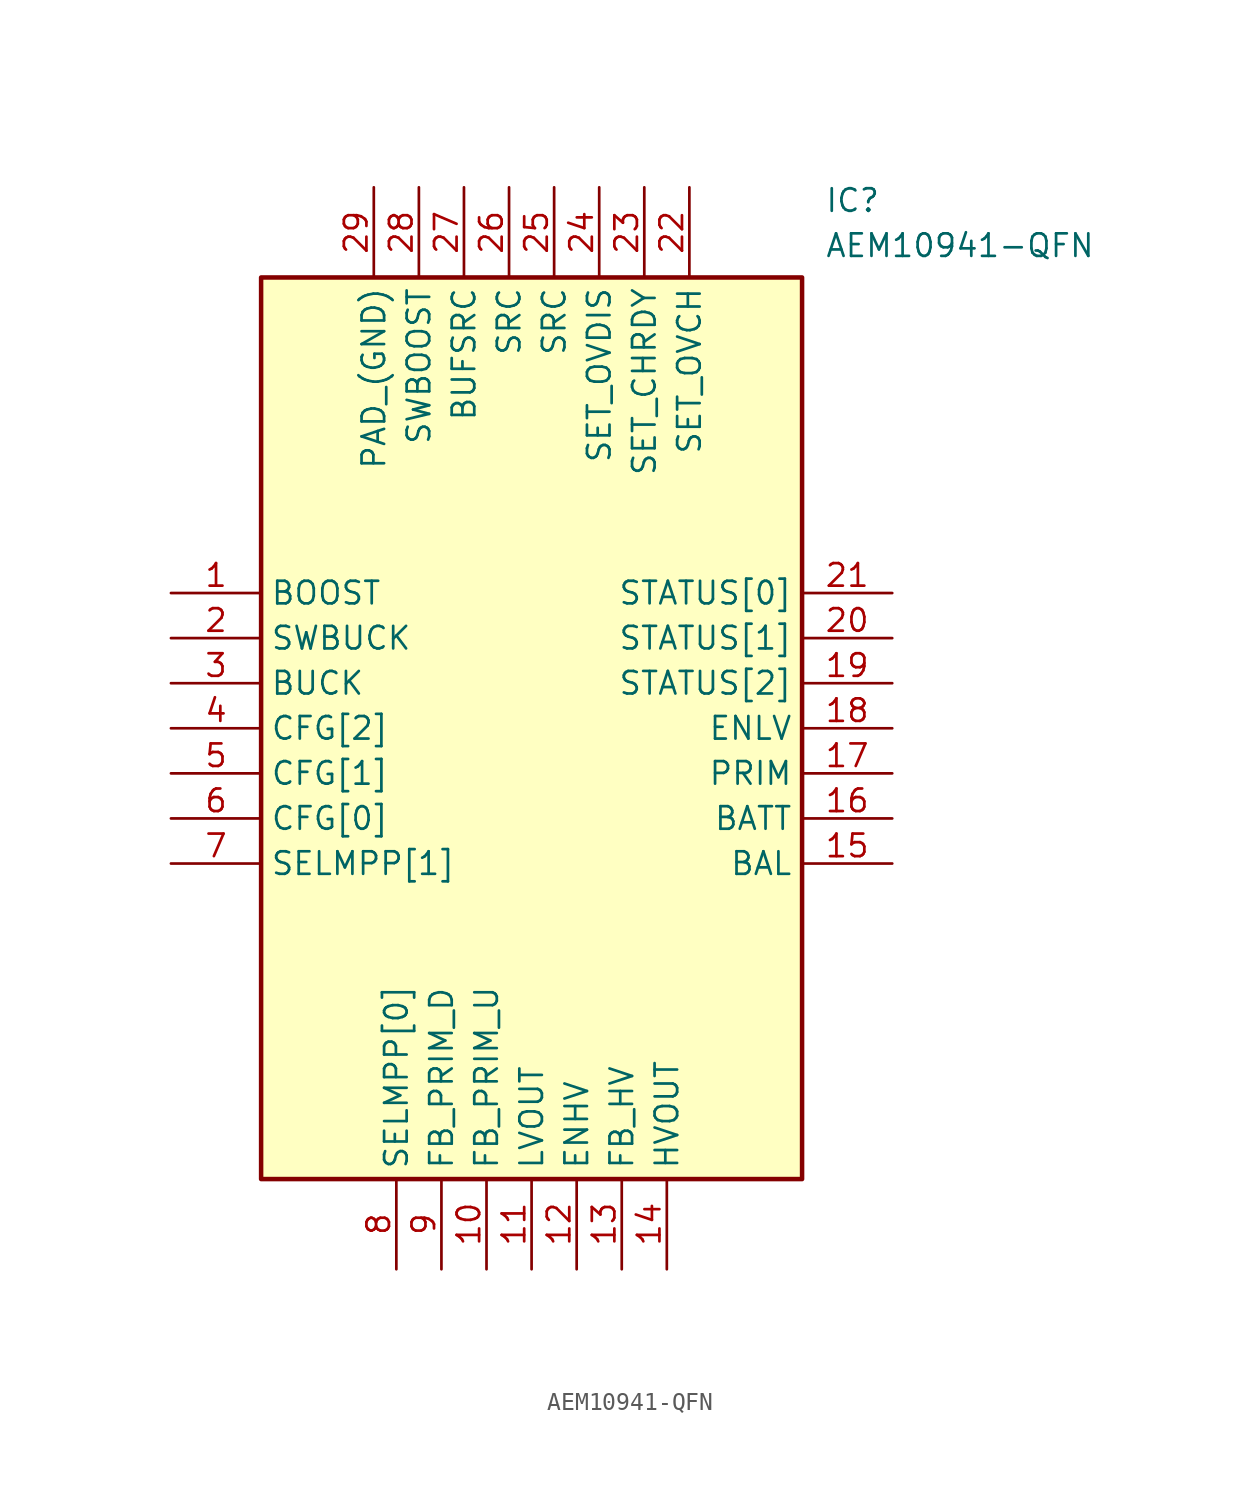
<source format=kicad_sym>
(kicad_symbol_lib
  (version 20231120)
  (generator "kicad_symbol_editor")
  (generator_version "8.0")
  (symbol "AEM10941-QFN"
    (property "Reference" "IC"
      (at 36.83 22.86 0)
      (effects (font (size 1.27 1.27)) (justify left top)))
    (property "Value" "AEM10941-QFN"
      (at 36.83 20.32 0)
      (effects (font (size 1.27 1.27)) (justify left top)))
    (symbol "AEM10941-QFN_1_1"
      (rectangle (start 5.08 17.78) (end 35.56 -33.02) (stroke (width 0.254) (type default)) (fill (type background)))
      (pin passive line (at 0 0 0) (length 5.08) (name "BOOST" (effects (font (size 1.27 1.27)))) (number "1" (effects (font (size 1.27 1.27)))))
      (pin passive line (at 17.78 -38.1 90) (length 5.08) (name "FB_PRIM_U" (effects (font (size 1.27 1.27)))) (number "10" (effects (font (size 1.27 1.27)))))
      (pin passive line (at 20.32 -38.1 90) (length 5.08) (name "LVOUT" (effects (font (size 1.27 1.27)))) (number "11" (effects (font (size 1.27 1.27)))))
      (pin passive line (at 22.86 -38.1 90) (length 5.08) (name "ENHV" (effects (font (size 1.27 1.27)))) (number "12" (effects (font (size 1.27 1.27)))))
      (pin passive line (at 25.4 -38.1 90) (length 5.08) (name "FB_HV" (effects (font (size 1.27 1.27)))) (number "13" (effects (font (size 1.27 1.27)))))
      (pin passive line (at 27.94 -38.1 90) (length 5.08) (name "HVOUT" (effects (font (size 1.27 1.27)))) (number "14" (effects (font (size 1.27 1.27)))))
      (pin passive line (at 40.64 -15.24 180) (length 5.08) (name "BAL" (effects (font (size 1.27 1.27)))) (number "15" (effects (font (size 1.27 1.27)))))
      (pin passive line (at 40.64 -12.7 180) (length 5.08) (name "BATT" (effects (font (size 1.27 1.27)))) (number "16" (effects (font (size 1.27 1.27)))))
      (pin passive line (at 40.64 -10.16 180) (length 5.08) (name "PRIM" (effects (font (size 1.27 1.27)))) (number "17" (effects (font (size 1.27 1.27)))))
      (pin passive line (at 40.64 -7.62 180) (length 5.08) (name "ENLV" (effects (font (size 1.27 1.27)))) (number "18" (effects (font (size 1.27 1.27)))))
      (pin passive line (at 40.64 -5.08 180) (length 5.08) (name "STATUS[2]" (effects (font (size 1.27 1.27)))) (number "19" (effects (font (size 1.27 1.27)))))
      (pin passive line (at 0 -2.54 0) (length 5.08) (name "SWBUCK" (effects (font (size 1.27 1.27)))) (number "2" (effects (font (size 1.27 1.27)))))
      (pin passive line (at 40.64 -2.54 180) (length 5.08) (name "STATUS[1]" (effects (font (size 1.27 1.27)))) (number "20" (effects (font (size 1.27 1.27)))))
      (pin passive line (at 40.64 0 180) (length 5.08) (name "STATUS[0]" (effects (font (size 1.27 1.27)))) (number "21" (effects (font (size 1.27 1.27)))))
      (pin passive line (at 29.21 22.86 270) (length 5.08) (name "SET_OVCH" (effects (font (size 1.27 1.27)))) (number "22" (effects (font (size 1.27 1.27)))))
      (pin passive line (at 26.67 22.86 270) (length 5.08) (name "SET_CHRDY" (effects (font (size 1.27 1.27)))) (number "23" (effects (font (size 1.27 1.27)))))
      (pin passive line (at 24.13 22.86 270) (length 5.08) (name "SET_OVDIS" (effects (font (size 1.27 1.27)))) (number "24" (effects (font (size 1.27 1.27)))))
      (pin passive line (at 21.59 22.86 270) (length 5.08) (name "SRC" (effects (font (size 1.27 1.27)))) (number "25" (effects (font (size 1.27 1.27)))))
      (pin passive line (at 19.05 22.86 270) (length 5.08) (name "SRC" (effects (font (size 1.27 1.27)))) (number "26" (effects (font (size 1.27 1.27)))))
      (pin passive line (at 16.51 22.86 270) (length 5.08) (name "BUFSRC" (effects (font (size 1.27 1.27)))) (number "27" (effects (font (size 1.27 1.27)))))
      (pin passive line (at 13.97 22.86 270) (length 5.08) (name "SWBOOST" (effects (font (size 1.27 1.27)))) (number "28" (effects (font (size 1.27 1.27)))))
      (pin passive line (at 11.43 22.86 270) (length 5.08) (name "PAD_(GND)" (effects (font (size 1.27 1.27)))) (number "29" (effects (font (size 1.27 1.27)))))
      (pin passive line (at 0 -5.08 0) (length 5.08) (name "BUCK" (effects (font (size 1.27 1.27)))) (number "3" (effects (font (size 1.27 1.27)))))
      (pin passive line (at 0 -7.62 0) (length 5.08) (name "CFG[2]" (effects (font (size 1.27 1.27)))) (number "4" (effects (font (size 1.27 1.27)))))
      (pin passive line (at 0 -10.16 0) (length 5.08) (name "CFG[1]" (effects (font (size 1.27 1.27)))) (number "5" (effects (font (size 1.27 1.27)))))
      (pin passive line (at 0 -12.7 0) (length 5.08) (name "CFG[0]" (effects (font (size 1.27 1.27)))) (number "6" (effects (font (size 1.27 1.27)))))
      (pin passive line (at 0 -15.24 0) (length 5.08) (name "SELMPP[1]" (effects (font (size 1.27 1.27)))) (number "7" (effects (font (size 1.27 1.27)))))
      (pin passive line (at 12.7 -38.1 90) (length 5.08) (name "SELMPP[0]" (effects (font (size 1.27 1.27)))) (number "8" (effects (font (size 1.27 1.27)))))
      (pin passive line (at 15.24 -38.1 90) (length 5.08) (name "FB_PRIM_D" (effects (font (size 1.27 1.27)))) (number "9" (effects (font (size 1.27 1.27))))))))
</source>
